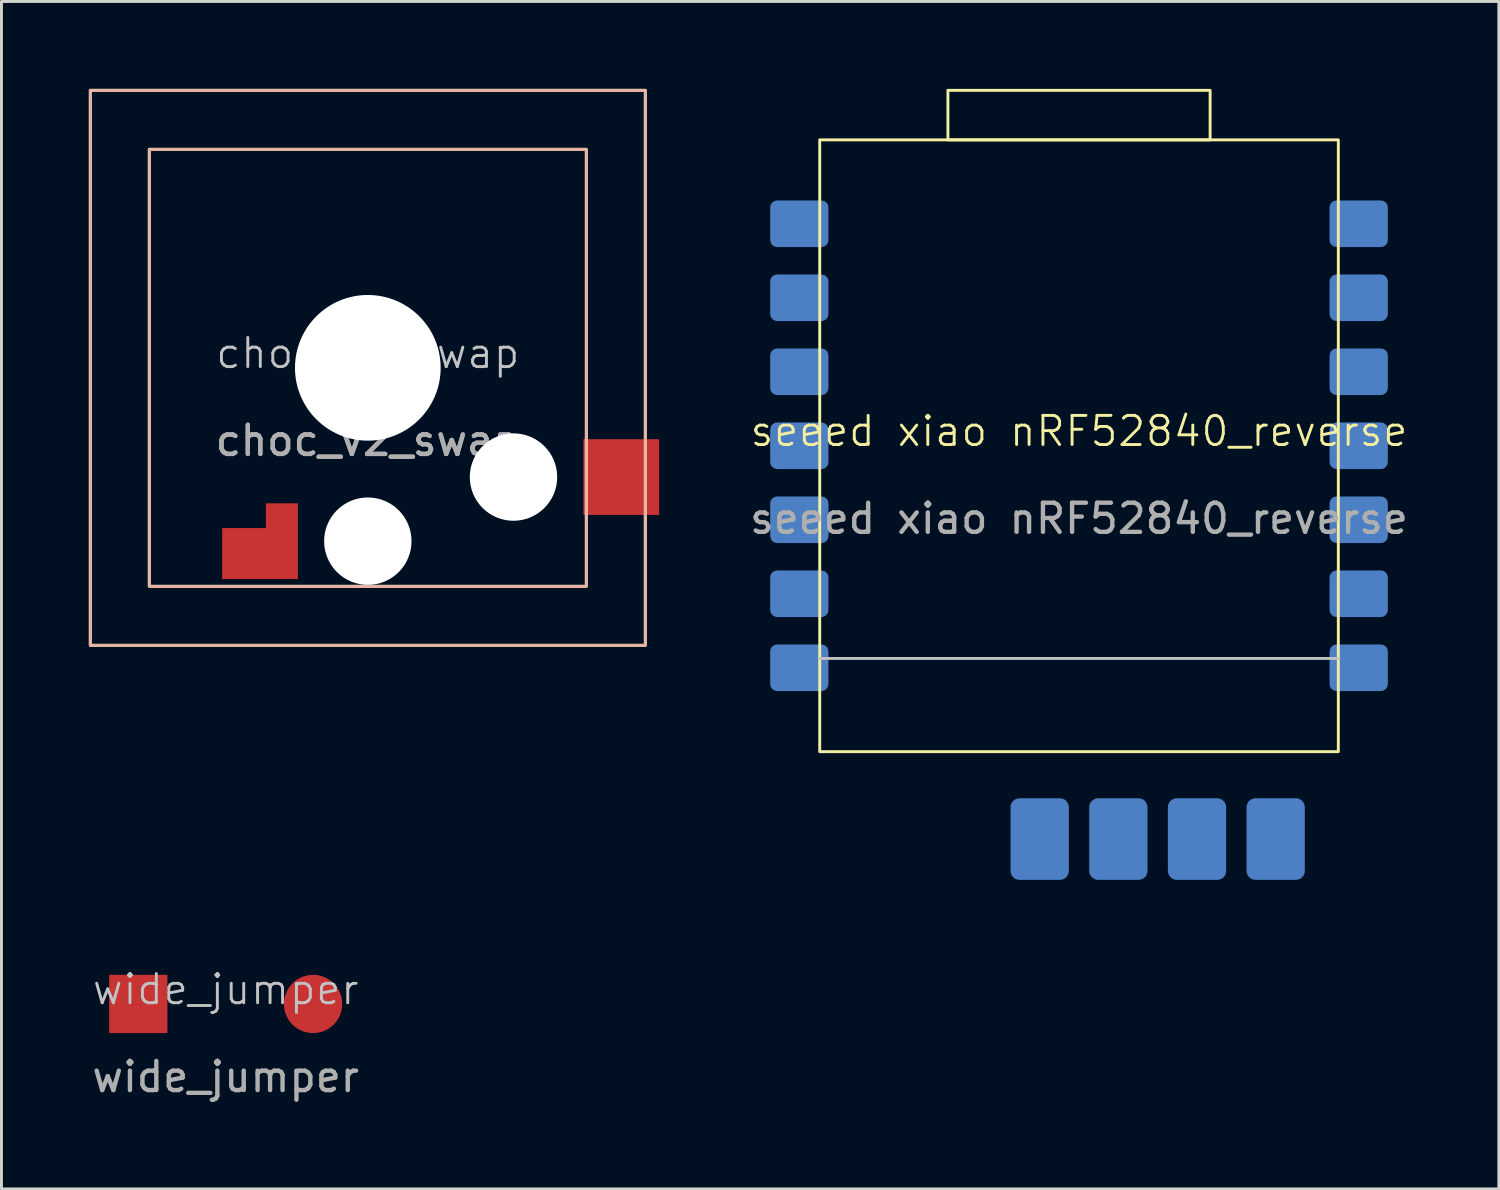
<source format=kicad_pcb>
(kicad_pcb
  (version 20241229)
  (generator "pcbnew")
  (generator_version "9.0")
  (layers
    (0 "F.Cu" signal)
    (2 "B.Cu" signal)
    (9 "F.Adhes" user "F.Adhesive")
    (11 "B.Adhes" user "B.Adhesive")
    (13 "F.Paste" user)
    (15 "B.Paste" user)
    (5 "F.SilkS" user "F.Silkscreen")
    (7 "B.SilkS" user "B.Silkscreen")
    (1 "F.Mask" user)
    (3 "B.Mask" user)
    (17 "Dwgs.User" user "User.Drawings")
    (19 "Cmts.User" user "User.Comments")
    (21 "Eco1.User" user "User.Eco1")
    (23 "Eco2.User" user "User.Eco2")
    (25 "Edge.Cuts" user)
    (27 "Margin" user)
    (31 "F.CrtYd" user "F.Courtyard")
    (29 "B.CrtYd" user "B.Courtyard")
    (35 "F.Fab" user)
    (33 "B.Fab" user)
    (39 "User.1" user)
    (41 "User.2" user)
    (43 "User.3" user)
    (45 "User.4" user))
  (footprint "seeed xiao nRF52840_reverse"
    (layer "F.Cu")
    (at 33.986 12.25)
    (property "Reference" "seeed xiao nRF52840_reverse" (at 0 -0.5 0) (unlocked yes) (layer "F.SilkS") (effects (font (size 1 1) (thickness 0.1))))
    (attr smd)
    (fp_rect (start -8.9 -10.5) (end 8.9 10.5) (stroke (width 0.1) (type solid)) (fill no) (layer "F.SilkS"))
    (fp_rect (start -4.5 -12.2) (end 4.5 -10.5) (stroke (width 0.1) (type solid)) (fill no) (layer "F.SilkS"))
    (fp_line (start -8.9 7.3) (end 8.9 7.3) (stroke (width 0.1) (type solid)) (layer "Dwgs.User"))
    (fp_text user "${REFERENCE}" (at 0 2.5 0) (unlocked yes) (layer "F.Fab") (effects (font (size 1 1) (thickness 0.15))))
    (pad "0" smd roundrect (at -9.6 -7.62) (size 2 1.6) (layers "B.Cu" "B.Mask" "B.Paste") (roundrect_rratio 0.15))
    (pad "1" smd roundrect (at -9.6 -5.08) (size 2 1.6) (layers "B.Cu" "B.Mask" "B.Paste") (roundrect_rratio 0.15))
    (pad "2" smd roundrect (at -9.6 -2.54) (size 2 1.6) (layers "B.Cu" "B.Mask" "B.Paste") (roundrect_rratio 0.15))
    (pad "3" smd roundrect (at -9.6 0) (size 2 1.6) (layers "B.Cu" "B.Mask" "B.Paste") (roundrect_rratio 0.15))
    (pad "4" smd roundrect (at -9.6 2.54) (size 2 1.6) (layers "B.Cu" "B.Mask" "B.Paste") (roundrect_rratio 0.15))
    (pad "5" smd roundrect (at -9.6 5.08) (size 2 1.6) (layers "B.Cu" "B.Mask" "B.Paste") (roundrect_rratio 0.15))
    (pad "6" smd roundrect (at -9.6 7.62) (size 2 1.6) (layers "B.Cu" "B.Mask" "B.Paste") (roundrect_rratio 0.15))
    (pad "7" smd roundrect (at 9.6 7.62) (size 2 1.6) (layers "B.Cu" "B.Mask" "B.Paste") (roundrect_rratio 0.15))
    (pad "8" smd roundrect (at 9.6 5.08) (size 2 1.6) (layers "B.Cu" "B.Mask" "B.Paste") (roundrect_rratio 0.15))
    (pad "9" smd roundrect (at 9.6 2.54) (size 2 1.6) (layers "B.Cu" "B.Mask" "B.Paste") (roundrect_rratio 0.15))
    (pad "10" smd roundrect (at 9.6 0) (size 2 1.6) (layers "B.Cu" "B.Mask" "B.Paste") (roundrect_rratio 0.15))
    (pad "11" smd roundrect (at 9.6 -2.54) (size 2 1.6) (layers "B.Cu" "B.Mask" "B.Paste") (roundrect_rratio 0.15))
    (pad "12" smd roundrect (at 9.6 -5.08) (size 2 1.6) (layers "B.Cu" "B.Mask" "B.Paste") (roundrect_rratio 0.15))
    (pad "13" smd roundrect (at 9.6 -7.62) (size 2 1.6) (layers "B.Cu" "B.Mask" "B.Paste") (roundrect_rratio 0.15))
    (pad "14" smd roundrect (at 6.75 13.5) (size 2 2.8) (layers "B.Cu" "B.Mask" "B.Paste") (roundrect_rratio 0.15))
    (pad "15" smd roundrect (at 4.05 13.5) (size 2 2.8) (layers "B.Cu" "B.Mask" "B.Paste") (roundrect_rratio 0.15))
    (pad "16" smd roundrect (at 1.35 13.5) (size 2 2.8) (layers "B.Cu" "B.Mask" "B.Paste") (roundrect_rratio 0.15))
    (pad "17" smd roundrect (at -1.35 13.5) (size 2 2.8) (layers "B.Cu" "B.Mask" "B.Paste") (roundrect_rratio 0.15)))
  (footprint "choc_v2_swap"
    (layer "F.Cu")
    (at 9.575 9.575)
    (property "Reference" "choc_v2_swap" (at 0 -0.5 0) (unlocked yes) (layer "Dwgs.User") (effects (font (size 1 1) (thickness 0.1))))
    (attr smd)
    (fp_rect (start -9.525 -9.525) (end 9.525 9.525) (stroke (width 0.1) (type solid)) (fill no) (layer "F.SilkS"))
    (fp_rect (start -7.5 -7.5) (end 7.5 7.5) (stroke (width 0.1) (type default)) (fill no) (layer "F.SilkS"))
    (fp_rect (start -9.525 -9.525) (end 9.525 9.525) (stroke (width 0.1) (type solid)) (fill no) (layer "B.SilkS"))
    (fp_rect (start -7.5 -7.5) (end 7.5 7.5) (stroke (width 0.1) (type default)) (fill no) (layer "B.SilkS"))
    (fp_text user "${REFERENCE}" (at 0 2.5 0) (unlocked yes) (layer "F.Fab") (effects (font (size 1 1) (thickness 0.15))))
    (fp_text user "${REFERENCE}" (at 0 2.5 0) (unlocked yes) (layer "F.Fab") (effects (font (size 1 1) (thickness 0.15))))
    (pad "" np_thru_hole circle (at 0 0) (size 5 5) (drill 5) (layers "*.Cu" "*.Mask"))
    (pad "" np_thru_hole circle (at 0 5.95) (size 3 3) (drill 3) (layers "*.Cu" "*.Mask"))
    (pad "" np_thru_hole circle (at 5 3.75) (size 3 3) (drill 3) (layers "*.Cu" "*.Mask"))
    (pad "1" smd custom (at -2.95 5.95) (size 1.1 2.6) (layers "F.Cu" "F.Mask" "F.Paste") (options (anchor rect)) (primitives (gr_rect (start -2.05 -0.45) (end 0 1.3) (width 0) (fill yes))))
    (pad "2" smd rect (at 8.7 3.75) (size 2.6 2.6) (layers "F.Cu" "F.Mask" "F.Paste")))
  (footprint "wide_jumper"
    (layer "F.Cu")
    (at 4.696 31.41)
    (property "Reference" "wide_jumper" (at 0 -0.5 0) (unlocked yes) (layer "Dwgs.User") (effects (font (size 1 1) (thickness 0.1))))
    (attr smd)
    (fp_text user "${REFERENCE}" (at 0 2.5 0) (unlocked yes) (layer "F.Fab") (effects (font (size 1 1) (thickness 0.15))))
    (pad "1" smd rect (at -3 0) (size 2 2) (layers "F.Cu" "F.Mask" "F.Paste"))
    (pad "2" smd circle (at 3 0) (size 2 2) (layers "F.Cu" "F.Mask" "F.Paste")))
  (gr_rect
    (start -3 -3)
    (end 48.396 37.759)
    (stroke (width 0.1) (type default))
    (fill no)
    (layer "Edge.Cuts")))
</source>
